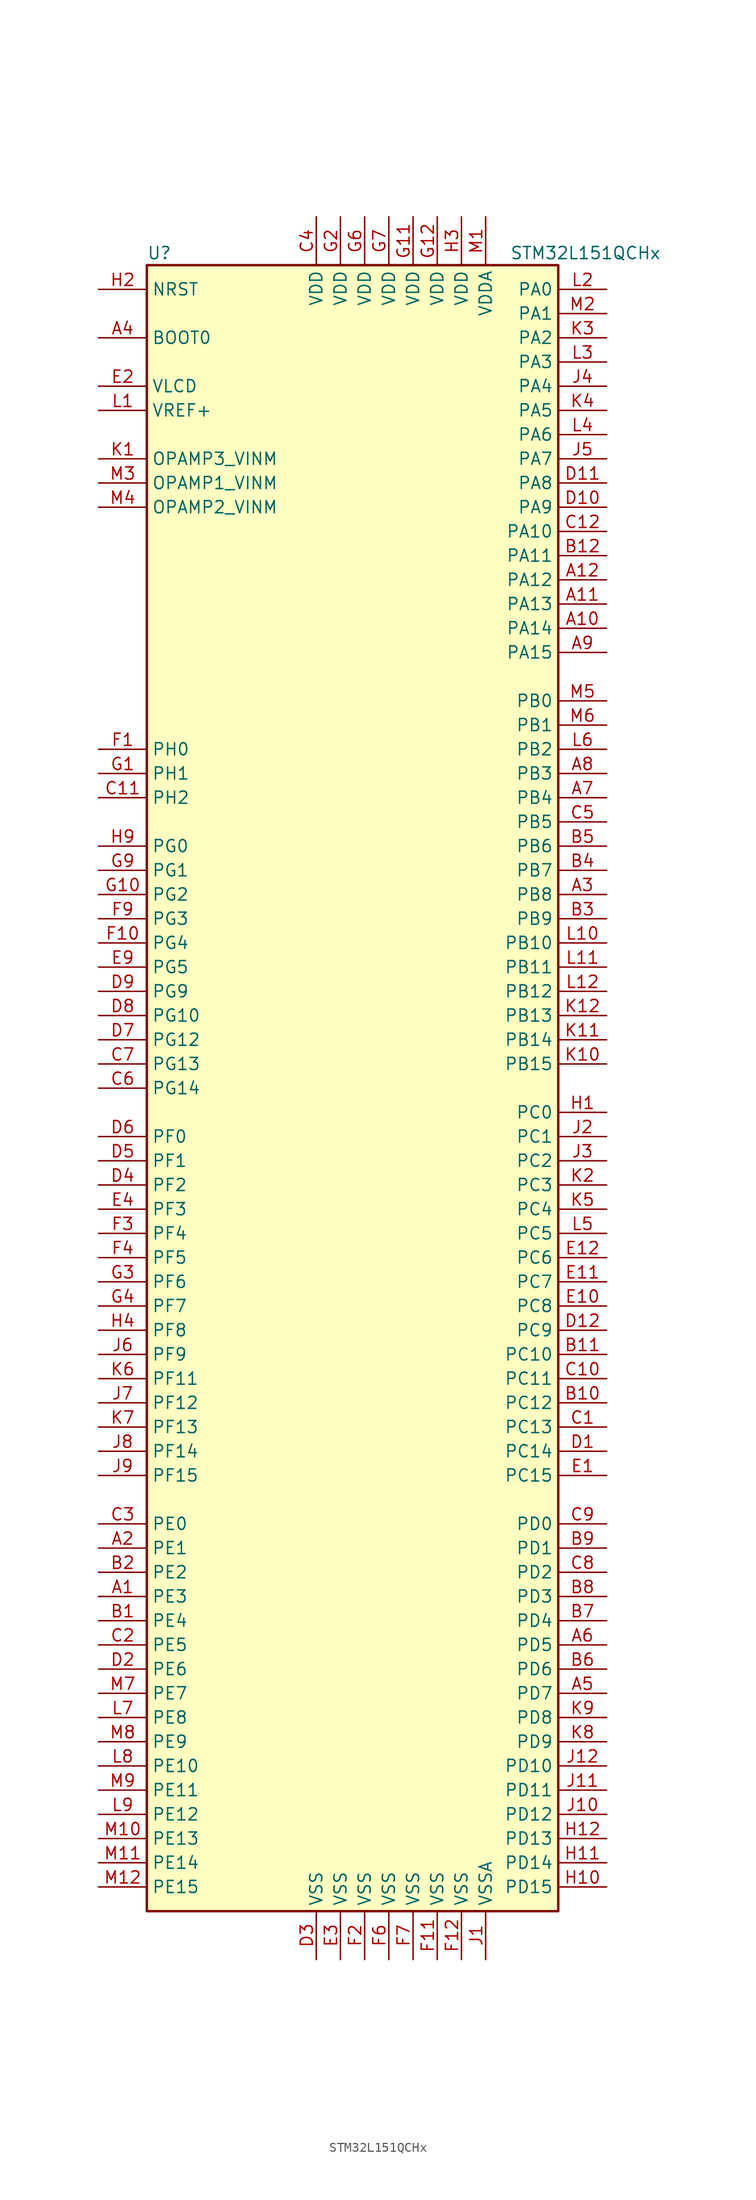
<source format=kicad_sym>
(kicad_symbol_lib
  (version 20201005)
  (generator kicad_symbol_editor)
  (symbol "STM32L151QCHx"
    (property "Reference" "U"
      (at -22.86 87.63 0)
      (effects (font (size 1.27 1.27)) (justify left)))
    (property "Value" "STM32L151QCHx"
      (at 15.24 87.63 0)
      (effects (font (size 1.27 1.27)) (justify left)))
    (symbol "STM32L151QCHx_0_1"
      (rectangle (start -22.86 -86.36) (end 20.32 86.36) (stroke (width 0.254)) (fill (type background))))
    (symbol "STM32L151QCHx_1_1"
      (pin input line (at -27.94 78.74 0) (length 5.08) (name "BOOT0" (effects (font (size 1.27 1.27)))) (number "A4" (effects (font (size 1.27 1.27)))))
      (pin input line (at -27.94 83.82 0) (length 5.08) (name "NRST" (effects (font (size 1.27 1.27)))) (number "H2" (effects (font (size 1.27 1.27)))))
      (pin bidirectional line (at -27.94 63.5 0) (length 5.08) (name "OPAMP1_VINM" (effects (font (size 1.27 1.27)))) (number "M3" (effects (font (size 1.27 1.27)))))
      (pin bidirectional line (at -27.94 60.96 0) (length 5.08) (name "OPAMP2_VINM" (effects (font (size 1.27 1.27)))) (number "M4" (effects (font (size 1.27 1.27)))))
      (pin bidirectional line (at -27.94 66.04 0) (length 5.08) (name "OPAMP3_VINM" (effects (font (size 1.27 1.27)))) (number "K1" (effects (font (size 1.27 1.27)))))
      (pin bidirectional line (at 25.4 83.82 180) (length 5.08) (name "PA0" (effects (font (size 1.27 1.27)))) (number "L2" (effects (font (size 1.27 1.27)))))
      (pin bidirectional line (at 25.4 81.28 180) (length 5.08) (name "PA1" (effects (font (size 1.27 1.27)))) (number "M2" (effects (font (size 1.27 1.27)))))
      (pin bidirectional line (at 25.4 58.42 180) (length 5.08) (name "PA10" (effects (font (size 1.27 1.27)))) (number "C12" (effects (font (size 1.27 1.27)))))
      (pin bidirectional line (at 25.4 55.88 180) (length 5.08) (name "PA11" (effects (font (size 1.27 1.27)))) (number "B12" (effects (font (size 1.27 1.27)))))
      (pin bidirectional line (at 25.4 53.34 180) (length 5.08) (name "PA12" (effects (font (size 1.27 1.27)))) (number "A12" (effects (font (size 1.27 1.27)))))
      (pin bidirectional line (at 25.4 50.8 180) (length 5.08) (name "PA13" (effects (font (size 1.27 1.27)))) (number "A11" (effects (font (size 1.27 1.27)))))
      (pin bidirectional line (at 25.4 48.26 180) (length 5.08) (name "PA14" (effects (font (size 1.27 1.27)))) (number "A10" (effects (font (size 1.27 1.27)))))
      (pin bidirectional line (at 25.4 45.72 180) (length 5.08) (name "PA15" (effects (font (size 1.27 1.27)))) (number "A9" (effects (font (size 1.27 1.27)))))
      (pin bidirectional line (at 25.4 78.74 180) (length 5.08) (name "PA2" (effects (font (size 1.27 1.27)))) (number "K3" (effects (font (size 1.27 1.27)))))
      (pin bidirectional line (at 25.4 76.2 180) (length 5.08) (name "PA3" (effects (font (size 1.27 1.27)))) (number "L3" (effects (font (size 1.27 1.27)))))
      (pin bidirectional line (at 25.4 73.66 180) (length 5.08) (name "PA4" (effects (font (size 1.27 1.27)))) (number "J4" (effects (font (size 1.27 1.27)))))
      (pin bidirectional line (at 25.4 71.12 180) (length 5.08) (name "PA5" (effects (font (size 1.27 1.27)))) (number "K4" (effects (font (size 1.27 1.27)))))
      (pin bidirectional line (at 25.4 68.58 180) (length 5.08) (name "PA6" (effects (font (size 1.27 1.27)))) (number "L4" (effects (font (size 1.27 1.27)))))
      (pin bidirectional line (at 25.4 66.04 180) (length 5.08) (name "PA7" (effects (font (size 1.27 1.27)))) (number "J5" (effects (font (size 1.27 1.27)))))
      (pin bidirectional line (at 25.4 63.5 180) (length 5.08) (name "PA8" (effects (font (size 1.27 1.27)))) (number "D11" (effects (font (size 1.27 1.27)))))
      (pin bidirectional line (at 25.4 60.96 180) (length 5.08) (name "PA9" (effects (font (size 1.27 1.27)))) (number "D10" (effects (font (size 1.27 1.27)))))
      (pin bidirectional line (at 25.4 40.64 180) (length 5.08) (name "PB0" (effects (font (size 1.27 1.27)))) (number "M5" (effects (font (size 1.27 1.27)))))
      (pin bidirectional line (at 25.4 38.1 180) (length 5.08) (name "PB1" (effects (font (size 1.27 1.27)))) (number "M6" (effects (font (size 1.27 1.27)))))
      (pin bidirectional line (at 25.4 15.24 180) (length 5.08) (name "PB10" (effects (font (size 1.27 1.27)))) (number "L10" (effects (font (size 1.27 1.27)))))
      (pin bidirectional line (at 25.4 12.7 180) (length 5.08) (name "PB11" (effects (font (size 1.27 1.27)))) (number "L11" (effects (font (size 1.27 1.27)))))
      (pin bidirectional line (at 25.4 10.16 180) (length 5.08) (name "PB12" (effects (font (size 1.27 1.27)))) (number "L12" (effects (font (size 1.27 1.27)))))
      (pin bidirectional line (at 25.4 7.62 180) (length 5.08) (name "PB13" (effects (font (size 1.27 1.27)))) (number "K12" (effects (font (size 1.27 1.27)))))
      (pin bidirectional line (at 25.4 5.08 180) (length 5.08) (name "PB14" (effects (font (size 1.27 1.27)))) (number "K11" (effects (font (size 1.27 1.27)))))
      (pin bidirectional line (at 25.4 2.54 180) (length 5.08) (name "PB15" (effects (font (size 1.27 1.27)))) (number "K10" (effects (font (size 1.27 1.27)))))
      (pin bidirectional line (at 25.4 35.56 180) (length 5.08) (name "PB2" (effects (font (size 1.27 1.27)))) (number "L6" (effects (font (size 1.27 1.27)))))
      (pin bidirectional line (at 25.4 33.02 180) (length 5.08) (name "PB3" (effects (font (size 1.27 1.27)))) (number "A8" (effects (font (size 1.27 1.27)))))
      (pin bidirectional line (at 25.4 30.48 180) (length 5.08) (name "PB4" (effects (font (size 1.27 1.27)))) (number "A7" (effects (font (size 1.27 1.27)))))
      (pin bidirectional line (at 25.4 27.94 180) (length 5.08) (name "PB5" (effects (font (size 1.27 1.27)))) (number "C5" (effects (font (size 1.27 1.27)))))
      (pin bidirectional line (at 25.4 25.4 180) (length 5.08) (name "PB6" (effects (font (size 1.27 1.27)))) (number "B5" (effects (font (size 1.27 1.27)))))
      (pin bidirectional line (at 25.4 22.86 180) (length 5.08) (name "PB7" (effects (font (size 1.27 1.27)))) (number "B4" (effects (font (size 1.27 1.27)))))
      (pin bidirectional line (at 25.4 20.32 180) (length 5.08) (name "PB8" (effects (font (size 1.27 1.27)))) (number "A3" (effects (font (size 1.27 1.27)))))
      (pin bidirectional line (at 25.4 17.78 180) (length 5.08) (name "PB9" (effects (font (size 1.27 1.27)))) (number "B3" (effects (font (size 1.27 1.27)))))
      (pin bidirectional line (at 25.4 -2.54 180) (length 5.08) (name "PC0" (effects (font (size 1.27 1.27)))) (number "H1" (effects (font (size 1.27 1.27)))))
      (pin bidirectional line (at 25.4 -5.08 180) (length 5.08) (name "PC1" (effects (font (size 1.27 1.27)))) (number "J2" (effects (font (size 1.27 1.27)))))
      (pin bidirectional line (at 25.4 -27.94 180) (length 5.08) (name "PC10" (effects (font (size 1.27 1.27)))) (number "B11" (effects (font (size 1.27 1.27)))))
      (pin bidirectional line (at 25.4 -30.48 180) (length 5.08) (name "PC11" (effects (font (size 1.27 1.27)))) (number "C10" (effects (font (size 1.27 1.27)))))
      (pin bidirectional line (at 25.4 -33.02 180) (length 5.08) (name "PC12" (effects (font (size 1.27 1.27)))) (number "B10" (effects (font (size 1.27 1.27)))))
      (pin bidirectional line (at 25.4 -35.56 180) (length 5.08) (name "PC13" (effects (font (size 1.27 1.27)))) (number "C1" (effects (font (size 1.27 1.27)))))
      (pin bidirectional line (at 25.4 -38.1 180) (length 5.08) (name "PC14" (effects (font (size 1.27 1.27)))) (number "D1" (effects (font (size 1.27 1.27)))))
      (pin bidirectional line (at 25.4 -40.64 180) (length 5.08) (name "PC15" (effects (font (size 1.27 1.27)))) (number "E1" (effects (font (size 1.27 1.27)))))
      (pin bidirectional line (at 25.4 -7.62 180) (length 5.08) (name "PC2" (effects (font (size 1.27 1.27)))) (number "J3" (effects (font (size 1.27 1.27)))))
      (pin bidirectional line (at 25.4 -10.16 180) (length 5.08) (name "PC3" (effects (font (size 1.27 1.27)))) (number "K2" (effects (font (size 1.27 1.27)))))
      (pin bidirectional line (at 25.4 -12.7 180) (length 5.08) (name "PC4" (effects (font (size 1.27 1.27)))) (number "K5" (effects (font (size 1.27 1.27)))))
      (pin bidirectional line (at 25.4 -15.24 180) (length 5.08) (name "PC5" (effects (font (size 1.27 1.27)))) (number "L5" (effects (font (size 1.27 1.27)))))
      (pin bidirectional line (at 25.4 -17.78 180) (length 5.08) (name "PC6" (effects (font (size 1.27 1.27)))) (number "E12" (effects (font (size 1.27 1.27)))))
      (pin bidirectional line (at 25.4 -20.32 180) (length 5.08) (name "PC7" (effects (font (size 1.27 1.27)))) (number "E11" (effects (font (size 1.27 1.27)))))
      (pin bidirectional line (at 25.4 -22.86 180) (length 5.08) (name "PC8" (effects (font (size 1.27 1.27)))) (number "E10" (effects (font (size 1.27 1.27)))))
      (pin bidirectional line (at 25.4 -25.4 180) (length 5.08) (name "PC9" (effects (font (size 1.27 1.27)))) (number "D12" (effects (font (size 1.27 1.27)))))
      (pin bidirectional line (at 25.4 -45.72 180) (length 5.08) (name "PD0" (effects (font (size 1.27 1.27)))) (number "C9" (effects (font (size 1.27 1.27)))))
      (pin bidirectional line (at 25.4 -48.26 180) (length 5.08) (name "PD1" (effects (font (size 1.27 1.27)))) (number "B9" (effects (font (size 1.27 1.27)))))
      (pin bidirectional line (at 25.4 -71.12 180) (length 5.08) (name "PD10" (effects (font (size 1.27 1.27)))) (number "J12" (effects (font (size 1.27 1.27)))))
      (pin bidirectional line (at 25.4 -73.66 180) (length 5.08) (name "PD11" (effects (font (size 1.27 1.27)))) (number "J11" (effects (font (size 1.27 1.27)))))
      (pin bidirectional line (at 25.4 -76.2 180) (length 5.08) (name "PD12" (effects (font (size 1.27 1.27)))) (number "J10" (effects (font (size 1.27 1.27)))))
      (pin bidirectional line (at 25.4 -78.74 180) (length 5.08) (name "PD13" (effects (font (size 1.27 1.27)))) (number "H12" (effects (font (size 1.27 1.27)))))
      (pin bidirectional line (at 25.4 -81.28 180) (length 5.08) (name "PD14" (effects (font (size 1.27 1.27)))) (number "H11" (effects (font (size 1.27 1.27)))))
      (pin bidirectional line (at 25.4 -83.82 180) (length 5.08) (name "PD15" (effects (font (size 1.27 1.27)))) (number "H10" (effects (font (size 1.27 1.27)))))
      (pin bidirectional line (at 25.4 -50.8 180) (length 5.08) (name "PD2" (effects (font (size 1.27 1.27)))) (number "C8" (effects (font (size 1.27 1.27)))))
      (pin bidirectional line (at 25.4 -53.34 180) (length 5.08) (name "PD3" (effects (font (size 1.27 1.27)))) (number "B8" (effects (font (size 1.27 1.27)))))
      (pin bidirectional line (at 25.4 -55.88 180) (length 5.08) (name "PD4" (effects (font (size 1.27 1.27)))) (number "B7" (effects (font (size 1.27 1.27)))))
      (pin bidirectional line (at 25.4 -58.42 180) (length 5.08) (name "PD5" (effects (font (size 1.27 1.27)))) (number "A6" (effects (font (size 1.27 1.27)))))
      (pin bidirectional line (at 25.4 -60.96 180) (length 5.08) (name "PD6" (effects (font (size 1.27 1.27)))) (number "B6" (effects (font (size 1.27 1.27)))))
      (pin bidirectional line (at 25.4 -63.5 180) (length 5.08) (name "PD7" (effects (font (size 1.27 1.27)))) (number "A5" (effects (font (size 1.27 1.27)))))
      (pin bidirectional line (at 25.4 -66.04 180) (length 5.08) (name "PD8" (effects (font (size 1.27 1.27)))) (number "K9" (effects (font (size 1.27 1.27)))))
      (pin bidirectional line (at 25.4 -68.58 180) (length 5.08) (name "PD9" (effects (font (size 1.27 1.27)))) (number "K8" (effects (font (size 1.27 1.27)))))
      (pin bidirectional line (at -27.94 -45.72 0) (length 5.08) (name "PE0" (effects (font (size 1.27 1.27)))) (number "C3" (effects (font (size 1.27 1.27)))))
      (pin bidirectional line (at -27.94 -48.26 0) (length 5.08) (name "PE1" (effects (font (size 1.27 1.27)))) (number "A2" (effects (font (size 1.27 1.27)))))
      (pin bidirectional line (at -27.94 -71.12 0) (length 5.08) (name "PE10" (effects (font (size 1.27 1.27)))) (number "L8" (effects (font (size 1.27 1.27)))))
      (pin bidirectional line (at -27.94 -73.66 0) (length 5.08) (name "PE11" (effects (font (size 1.27 1.27)))) (number "M9" (effects (font (size 1.27 1.27)))))
      (pin bidirectional line (at -27.94 -76.2 0) (length 5.08) (name "PE12" (effects (font (size 1.27 1.27)))) (number "L9" (effects (font (size 1.27 1.27)))))
      (pin bidirectional line (at -27.94 -78.74 0) (length 5.08) (name "PE13" (effects (font (size 1.27 1.27)))) (number "M10" (effects (font (size 1.27 1.27)))))
      (pin bidirectional line (at -27.94 -81.28 0) (length 5.08) (name "PE14" (effects (font (size 1.27 1.27)))) (number "M11" (effects (font (size 1.27 1.27)))))
      (pin bidirectional line (at -27.94 -83.82 0) (length 5.08) (name "PE15" (effects (font (size 1.27 1.27)))) (number "M12" (effects (font (size 1.27 1.27)))))
      (pin bidirectional line (at -27.94 -50.8 0) (length 5.08) (name "PE2" (effects (font (size 1.27 1.27)))) (number "B2" (effects (font (size 1.27 1.27)))))
      (pin bidirectional line (at -27.94 -53.34 0) (length 5.08) (name "PE3" (effects (font (size 1.27 1.27)))) (number "A1" (effects (font (size 1.27 1.27)))))
      (pin bidirectional line (at -27.94 -55.88 0) (length 5.08) (name "PE4" (effects (font (size 1.27 1.27)))) (number "B1" (effects (font (size 1.27 1.27)))))
      (pin bidirectional line (at -27.94 -58.42 0) (length 5.08) (name "PE5" (effects (font (size 1.27 1.27)))) (number "C2" (effects (font (size 1.27 1.27)))))
      (pin bidirectional line (at -27.94 -60.96 0) (length 5.08) (name "PE6" (effects (font (size 1.27 1.27)))) (number "D2" (effects (font (size 1.27 1.27)))))
      (pin bidirectional line (at -27.94 -63.5 0) (length 5.08) (name "PE7" (effects (font (size 1.27 1.27)))) (number "M7" (effects (font (size 1.27 1.27)))))
      (pin bidirectional line (at -27.94 -66.04 0) (length 5.08) (name "PE8" (effects (font (size 1.27 1.27)))) (number "L7" (effects (font (size 1.27 1.27)))))
      (pin bidirectional line (at -27.94 -68.58 0) (length 5.08) (name "PE9" (effects (font (size 1.27 1.27)))) (number "M8" (effects (font (size 1.27 1.27)))))
      (pin bidirectional line (at -27.94 -5.08 0) (length 5.08) (name "PF0" (effects (font (size 1.27 1.27)))) (number "D6" (effects (font (size 1.27 1.27)))))
      (pin bidirectional line (at -27.94 -7.62 0) (length 5.08) (name "PF1" (effects (font (size 1.27 1.27)))) (number "D5" (effects (font (size 1.27 1.27)))))
      (pin bidirectional line (at -27.94 -30.48 0) (length 5.08) (name "PF11" (effects (font (size 1.27 1.27)))) (number "K6" (effects (font (size 1.27 1.27)))))
      (pin bidirectional line (at -27.94 -33.02 0) (length 5.08) (name "PF12" (effects (font (size 1.27 1.27)))) (number "J7" (effects (font (size 1.27 1.27)))))
      (pin bidirectional line (at -27.94 -35.56 0) (length 5.08) (name "PF13" (effects (font (size 1.27 1.27)))) (number "K7" (effects (font (size 1.27 1.27)))))
      (pin bidirectional line (at -27.94 -38.1 0) (length 5.08) (name "PF14" (effects (font (size 1.27 1.27)))) (number "J8" (effects (font (size 1.27 1.27)))))
      (pin bidirectional line (at -27.94 -40.64 0) (length 5.08) (name "PF15" (effects (font (size 1.27 1.27)))) (number "J9" (effects (font (size 1.27 1.27)))))
      (pin bidirectional line (at -27.94 -10.16 0) (length 5.08) (name "PF2" (effects (font (size 1.27 1.27)))) (number "D4" (effects (font (size 1.27 1.27)))))
      (pin bidirectional line (at -27.94 -12.7 0) (length 5.08) (name "PF3" (effects (font (size 1.27 1.27)))) (number "E4" (effects (font (size 1.27 1.27)))))
      (pin bidirectional line (at -27.94 -15.24 0) (length 5.08) (name "PF4" (effects (font (size 1.27 1.27)))) (number "F3" (effects (font (size 1.27 1.27)))))
      (pin bidirectional line (at -27.94 -17.78 0) (length 5.08) (name "PF5" (effects (font (size 1.27 1.27)))) (number "F4" (effects (font (size 1.27 1.27)))))
      (pin bidirectional line (at -27.94 -20.32 0) (length 5.08) (name "PF6" (effects (font (size 1.27 1.27)))) (number "G3" (effects (font (size 1.27 1.27)))))
      (pin bidirectional line (at -27.94 -22.86 0) (length 5.08) (name "PF7" (effects (font (size 1.27 1.27)))) (number "G4" (effects (font (size 1.27 1.27)))))
      (pin bidirectional line (at -27.94 -25.4 0) (length 5.08) (name "PF8" (effects (font (size 1.27 1.27)))) (number "H4" (effects (font (size 1.27 1.27)))))
      (pin bidirectional line (at -27.94 -27.94 0) (length 5.08) (name "PF9" (effects (font (size 1.27 1.27)))) (number "J6" (effects (font (size 1.27 1.27)))))
      (pin bidirectional line (at -27.94 25.4 0) (length 5.08) (name "PG0" (effects (font (size 1.27 1.27)))) (number "H9" (effects (font (size 1.27 1.27)))))
      (pin bidirectional line (at -27.94 22.86 0) (length 5.08) (name "PG1" (effects (font (size 1.27 1.27)))) (number "G9" (effects (font (size 1.27 1.27)))))
      (pin bidirectional line (at -27.94 7.62 0) (length 5.08) (name "PG10" (effects (font (size 1.27 1.27)))) (number "D8" (effects (font (size 1.27 1.27)))))
      (pin bidirectional line (at -27.94 5.08 0) (length 5.08) (name "PG12" (effects (font (size 1.27 1.27)))) (number "D7" (effects (font (size 1.27 1.27)))))
      (pin bidirectional line (at -27.94 2.54 0) (length 5.08) (name "PG13" (effects (font (size 1.27 1.27)))) (number "C7" (effects (font (size 1.27 1.27)))))
      (pin bidirectional line (at -27.94 0 0) (length 5.08) (name "PG14" (effects (font (size 1.27 1.27)))) (number "C6" (effects (font (size 1.27 1.27)))))
      (pin bidirectional line (at -27.94 20.32 0) (length 5.08) (name "PG2" (effects (font (size 1.27 1.27)))) (number "G10" (effects (font (size 1.27 1.27)))))
      (pin bidirectional line (at -27.94 17.78 0) (length 5.08) (name "PG3" (effects (font (size 1.27 1.27)))) (number "F9" (effects (font (size 1.27 1.27)))))
      (pin bidirectional line (at -27.94 15.24 0) (length 5.08) (name "PG4" (effects (font (size 1.27 1.27)))) (number "F10" (effects (font (size 1.27 1.27)))))
      (pin bidirectional line (at -27.94 12.7 0) (length 5.08) (name "PG5" (effects (font (size 1.27 1.27)))) (number "E9" (effects (font (size 1.27 1.27)))))
      (pin bidirectional line (at -27.94 10.16 0) (length 5.08) (name "PG9" (effects (font (size 1.27 1.27)))) (number "D9" (effects (font (size 1.27 1.27)))))
      (pin input line (at -27.94 35.56 0) (length 5.08) (name "PH0" (effects (font (size 1.27 1.27)))) (number "F1" (effects (font (size 1.27 1.27)))))
      (pin input line (at -27.94 33.02 0) (length 5.08) (name "PH1" (effects (font (size 1.27 1.27)))) (number "G1" (effects (font (size 1.27 1.27)))))
      (pin bidirectional line (at -27.94 30.48 0) (length 5.08) (name "PH2" (effects (font (size 1.27 1.27)))) (number "C11" (effects (font (size 1.27 1.27)))))
      (pin power_in line (at -5.08 91.44 270) (length 5.08) (name "VDD" (effects (font (size 1.27 1.27)))) (number "C4" (effects (font (size 1.27 1.27)))))
      (pin power_in line (at 5.08 91.44 270) (length 5.08) (name "VDD" (effects (font (size 1.27 1.27)))) (number "G11" (effects (font (size 1.27 1.27)))))
      (pin power_in line (at 7.62 91.44 270) (length 5.08) (name "VDD" (effects (font (size 1.27 1.27)))) (number "G12" (effects (font (size 1.27 1.27)))))
      (pin power_in line (at -2.54 91.44 270) (length 5.08) (name "VDD" (effects (font (size 1.27 1.27)))) (number "G2" (effects (font (size 1.27 1.27)))))
      (pin power_in line (at 0 91.44 270) (length 5.08) (name "VDD" (effects (font (size 1.27 1.27)))) (number "G6" (effects (font (size 1.27 1.27)))))
      (pin power_in line (at 2.54 91.44 270) (length 5.08) (name "VDD" (effects (font (size 1.27 1.27)))) (number "G7" (effects (font (size 1.27 1.27)))))
      (pin power_in line (at 10.16 91.44 270) (length 5.08) (name "VDD" (effects (font (size 1.27 1.27)))) (number "H3" (effects (font (size 1.27 1.27)))))
      (pin power_in line (at 12.7 91.44 270) (length 5.08) (name "VDDA" (effects (font (size 1.27 1.27)))) (number "M1" (effects (font (size 1.27 1.27)))))
      (pin power_in line (at -27.94 73.66 0) (length 5.08) (name "VLCD" (effects (font (size 1.27 1.27)))) (number "E2" (effects (font (size 1.27 1.27)))))
      (pin power_in line (at -27.94 71.12 0) (length 5.08) (name "VREF+" (effects (font (size 1.27 1.27)))) (number "L1" (effects (font (size 1.27 1.27)))))
      (pin power_in line (at -5.08 -91.44 90) (length 5.08) (name "VSS" (effects (font (size 1.27 1.27)))) (number "D3" (effects (font (size 1.27 1.27)))))
      (pin power_in line (at -2.54 -91.44 90) (length 5.08) (name "VSS" (effects (font (size 1.27 1.27)))) (number "E3" (effects (font (size 1.27 1.27)))))
      (pin power_in line (at 7.62 -91.44 90) (length 5.08) (name "VSS" (effects (font (size 1.27 1.27)))) (number "F11" (effects (font (size 1.27 1.27)))))
      (pin power_in line (at 10.16 -91.44 90) (length 5.08) (name "VSS" (effects (font (size 1.27 1.27)))) (number "F12" (effects (font (size 1.27 1.27)))))
      (pin power_in line (at 0 -91.44 90) (length 5.08) (name "VSS" (effects (font (size 1.27 1.27)))) (number "F2" (effects (font (size 1.27 1.27)))))
      (pin power_in line (at 2.54 -91.44 90) (length 5.08) (name "VSS" (effects (font (size 1.27 1.27)))) (number "F6" (effects (font (size 1.27 1.27)))))
      (pin power_in line (at 5.08 -91.44 90) (length 5.08) (name "VSS" (effects (font (size 1.27 1.27)))) (number "F7" (effects (font (size 1.27 1.27)))))
      (pin power_in line (at 12.7 -91.44 90) (length 5.08) (name "VSSA" (effects (font (size 1.27 1.27)))) (number "J1" (effects (font (size 1.27 1.27))))))))
</source>
